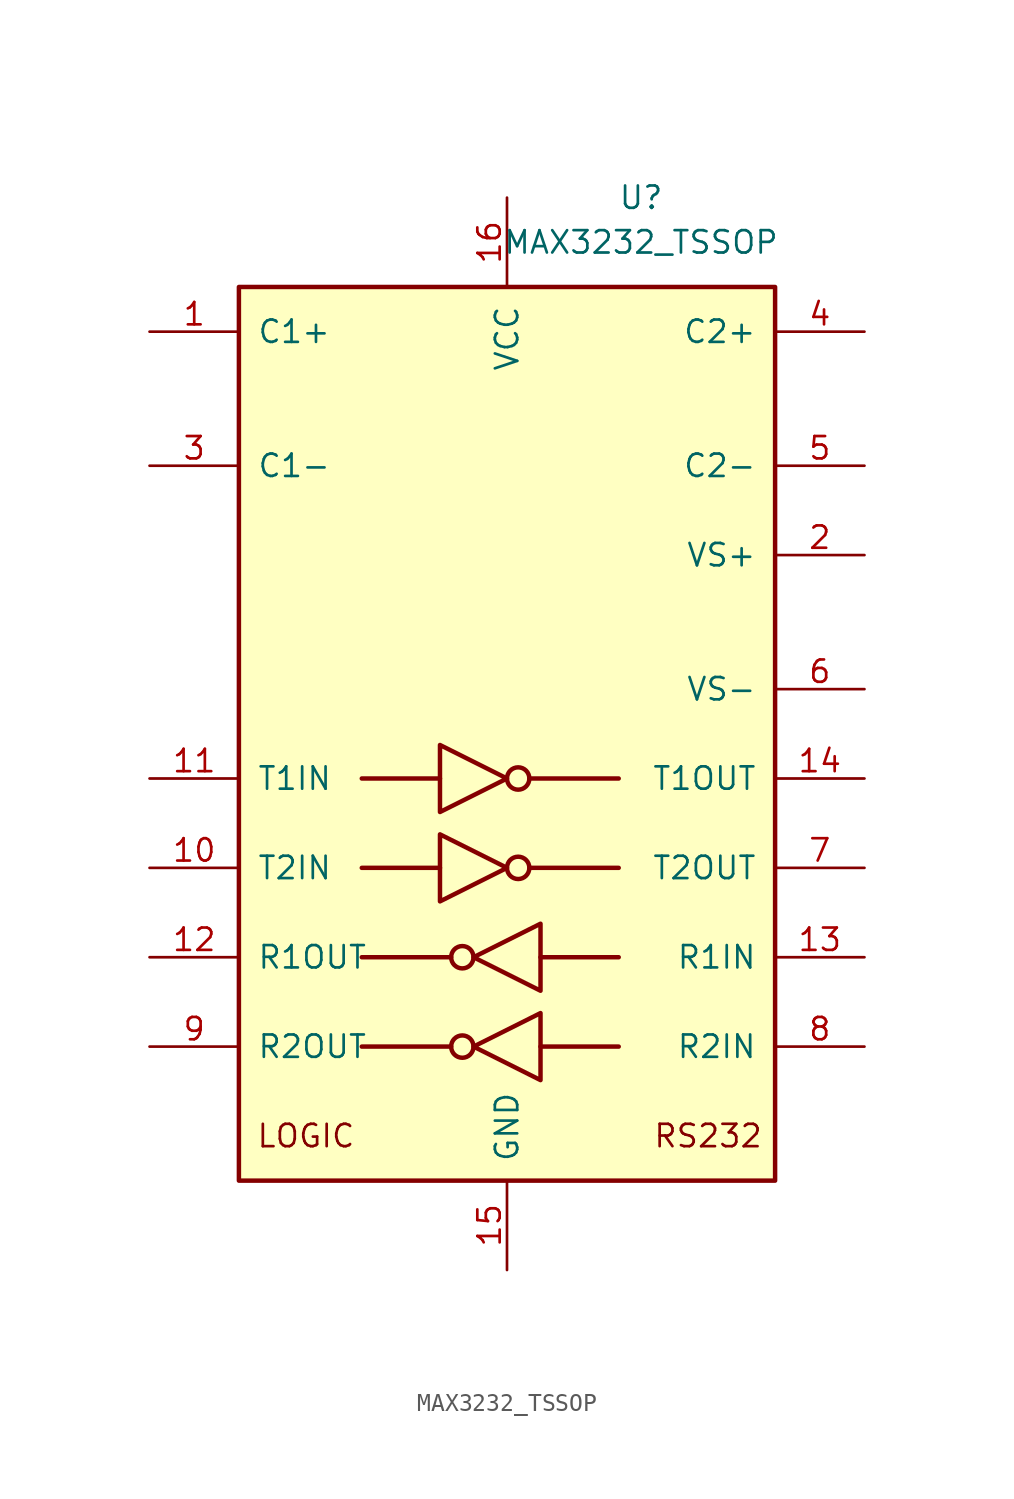
<source format=kicad_sym>
(kicad_symbol_lib
  (version 20211014)
  (generator kicad_symbol_editor)
  (symbol "MAX3232_TSSOP"
    (pin_names
      (offset 1.016))
    (property "Reference" "U"
      (at 7.62 27.94 0)
      (effects (font (size 1.27 1.27))))
    (property "Value" "MAX3232_TSSOP"
      (at 7.62 25.4 0)
      (effects (font (size 1.27 1.27))))
    (symbol "MAX3232_TSSOP_1_1"
      (rectangle (start -15.24 -27.94) (end 15.24 22.86) (stroke (width 0.254) (type default) (color 0 0 0 0)) (fill (type background)))
      (circle (center -2.54 -20.32) (radius 0.635) (stroke (width 0.254) (type default) (color 0 0 0 0)) (fill (type none)))
      (circle (center -2.54 -15.24) (radius 0.635) (stroke (width 0.254) (type default) (color 0 0 0 0)) (fill (type none)))
      (polyline (pts (xy -3.81 -10.16) (xy -8.255 -10.16)) (stroke (width 0.254) (type default) (color 0 0 0 0)) (fill (type none)))
      (polyline (pts (xy -3.81 -5.08) (xy -8.255 -5.08)) (stroke (width 0.254) (type default) (color 0 0 0 0)) (fill (type none)))
      (polyline (pts (xy -3.175 -20.32) (xy -8.255 -20.32)) (stroke (width 0.254) (type default) (color 0 0 0 0)) (fill (type none)))
      (polyline (pts (xy -3.175 -15.24) (xy -8.255 -15.24)) (stroke (width 0.254) (type default) (color 0 0 0 0)) (fill (type none)))
      (polyline (pts (xy 1.27 -10.16) (xy 6.35 -10.16)) (stroke (width 0.254) (type default) (color 0 0 0 0)) (fill (type none)))
      (polyline (pts (xy 1.27 -5.08) (xy 6.35 -5.08)) (stroke (width 0.254) (type default) (color 0 0 0 0)) (fill (type none)))
      (polyline (pts (xy 1.905 -20.32) (xy 6.35 -20.32)) (stroke (width 0.254) (type default) (color 0 0 0 0)) (fill (type none)))
      (polyline (pts (xy 1.905 -15.24) (xy 6.35 -15.24)) (stroke (width 0.254) (type default) (color 0 0 0 0)) (fill (type none)))
      (polyline (pts (xy -3.81 -8.255) (xy -3.81 -12.065) (xy 0 -10.16) (xy -3.81 -8.255)) (stroke (width 0.254) (type default) (color 0 0 0 0)) (fill (type none)))
      (polyline (pts (xy -3.81 -3.175) (xy -3.81 -6.985) (xy 0 -5.08) (xy -3.81 -3.175)) (stroke (width 0.254) (type default) (color 0 0 0 0)) (fill (type none)))
      (polyline (pts (xy 1.905 -18.415) (xy 1.905 -22.225) (xy -1.905 -20.32) (xy 1.905 -18.415)) (stroke (width 0.254) (type default) (color 0 0 0 0)) (fill (type none)))
      (polyline (pts (xy 1.905 -13.335) (xy 1.905 -17.145) (xy -1.905 -15.24) (xy 1.905 -13.335)) (stroke (width 0.254) (type default) (color 0 0 0 0)) (fill (type none)))
      (circle (center 0.635 -10.16) (radius 0.635) (stroke (width 0.254) (type default) (color 0 0 0 0)) (fill (type none)))
      (circle (center 0.635 -5.08) (radius 0.635) (stroke (width 0.254) (type default) (color 0 0 0 0)) (fill (type none)))
      (text "LOGIC" (at -11.43 -25.4 0) (effects (font (size 1.27 1.27))))
      (text "RS232" (at 11.43 -25.4 0) (effects (font (size 1.27 1.27))))
      (pin passive line (at -20.32 20.32 0) (length 5.08) (name "C1+" (effects (font (size 1.27 1.27)))) (number "1" (effects (font (size 1.27 1.27)))))
      (pin input line (at -20.32 -10.16 0) (length 5.08) (name "T2IN" (effects (font (size 1.27 1.27)))) (number "10" (effects (font (size 1.27 1.27)))))
      (pin input line (at -20.32 -5.08 0) (length 5.08) (name "T1IN" (effects (font (size 1.27 1.27)))) (number "11" (effects (font (size 1.27 1.27)))))
      (pin output line (at -20.32 -15.24 0) (length 5.08) (name "R1OUT" (effects (font (size 1.27 1.27)))) (number "12" (effects (font (size 1.27 1.27)))))
      (pin input line (at 20.32 -15.24 180) (length 5.08) (name "R1IN" (effects (font (size 1.27 1.27)))) (number "13" (effects (font (size 1.27 1.27)))))
      (pin output line (at 20.32 -5.08 180) (length 5.08) (name "T1OUT" (effects (font (size 1.27 1.27)))) (number "14" (effects (font (size 1.27 1.27)))))
      (pin power_in line (at 0 -33.02 90) (length 5.08) (name "GND" (effects (font (size 1.27 1.27)))) (number "15" (effects (font (size 1.27 1.27)))))
      (pin power_in line (at 0 27.94 270) (length 5.08) (name "VCC" (effects (font (size 1.27 1.27)))) (number "16" (effects (font (size 1.27 1.27)))))
      (pin power_out line (at 20.32 7.62 180) (length 5.08) (name "VS+" (effects (font (size 1.27 1.27)))) (number "2" (effects (font (size 1.27 1.27)))))
      (pin passive line (at -20.32 12.7 0) (length 5.08) (name "C1-" (effects (font (size 1.27 1.27)))) (number "3" (effects (font (size 1.27 1.27)))))
      (pin passive line (at 20.32 20.32 180) (length 5.08) (name "C2+" (effects (font (size 1.27 1.27)))) (number "4" (effects (font (size 1.27 1.27)))))
      (pin passive line (at 20.32 12.7 180) (length 5.08) (name "C2-" (effects (font (size 1.27 1.27)))) (number "5" (effects (font (size 1.27 1.27)))))
      (pin power_out line (at 20.32 0 180) (length 5.08) (name "VS-" (effects (font (size 1.27 1.27)))) (number "6" (effects (font (size 1.27 1.27)))))
      (pin output line (at 20.32 -10.16 180) (length 5.08) (name "T2OUT" (effects (font (size 1.27 1.27)))) (number "7" (effects (font (size 1.27 1.27)))))
      (pin input line (at 20.32 -20.32 180) (length 5.08) (name "R2IN" (effects (font (size 1.27 1.27)))) (number "8" (effects (font (size 1.27 1.27)))))
      (pin output line (at -20.32 -20.32 0) (length 5.08) (name "R2OUT" (effects (font (size 1.27 1.27)))) (number "9" (effects (font (size 1.27 1.27))))))))
</source>
